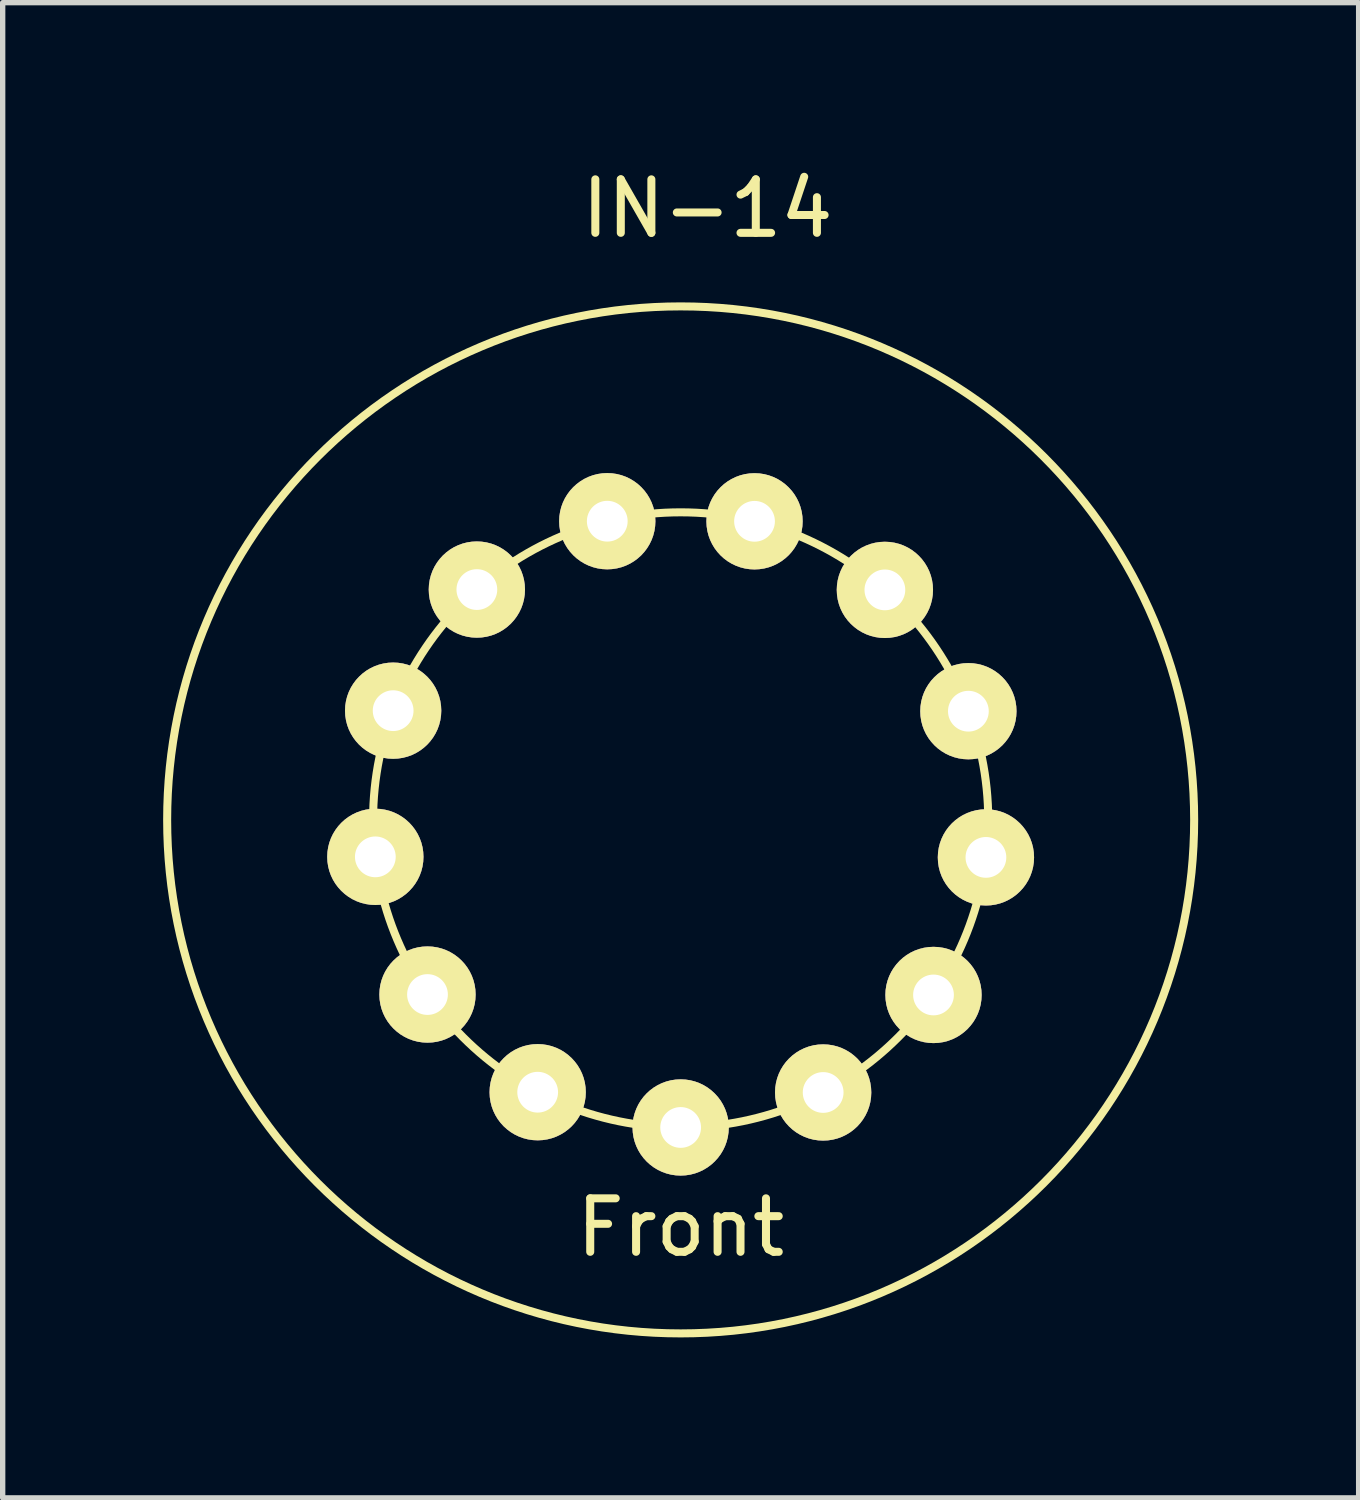
<source format=kicad_pcb>
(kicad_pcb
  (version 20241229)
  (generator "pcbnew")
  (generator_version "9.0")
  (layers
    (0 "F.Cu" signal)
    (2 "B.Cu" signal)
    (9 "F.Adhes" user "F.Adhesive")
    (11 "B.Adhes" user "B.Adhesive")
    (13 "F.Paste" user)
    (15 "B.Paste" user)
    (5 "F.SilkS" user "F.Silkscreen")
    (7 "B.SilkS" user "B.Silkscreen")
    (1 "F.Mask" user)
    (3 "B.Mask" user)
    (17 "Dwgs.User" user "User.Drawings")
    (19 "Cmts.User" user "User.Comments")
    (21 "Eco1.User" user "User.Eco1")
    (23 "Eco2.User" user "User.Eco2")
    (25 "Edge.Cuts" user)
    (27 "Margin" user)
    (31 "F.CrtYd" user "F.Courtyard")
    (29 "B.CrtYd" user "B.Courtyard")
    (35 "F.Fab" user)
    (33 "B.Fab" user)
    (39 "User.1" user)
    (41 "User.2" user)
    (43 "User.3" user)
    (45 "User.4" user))
  (footprint "IN-14"
    (layer "F.Cu")
    (at 9.675 12.278)
    (property "Reference" "IN-14" (at 0.5 -11.43 0) (layer "F.SilkS") (effects (font (size 1 1) (thickness 0.15))))
    (attr through_hole)
    (fp_circle (center 0 0) (end 0 9.6) (stroke (width 0.15) (type solid)) (fill no) (layer "F.SilkS"))
    (fp_circle (center 0 0) (end 5.75 0) (stroke (width 0.15) (type solid)) (fill no) (layer "F.SilkS"))
    (fp_text user "Front" (at 0 7.62 0) (layer "F.SilkS") (effects (font (size 1 1) (thickness 0.15))))
    (pad "1" thru_hole circle (at 0 5.75) (size 1.8 1.8) (drill 0.762) (layers "*.Cu" "*.Mask" "F.SilkS"))
    (pad "2" thru_hole circle (at -2.673 5.091) (size 1.8 1.8) (drill 0.762) (layers "*.Cu" "*.Mask" "F.SilkS"))
    (pad "3" thru_hole circle (at -4.733 3.265) (size 1.8 1.8) (drill 0.762) (layers "*.Cu" "*.Mask" "F.SilkS"))
    (pad "4" thru_hole circle (at -5.708 0.691) (size 1.8 1.8) (drill 0.762) (layers "*.Cu" "*.Mask" "F.SilkS"))
    (pad "5" thru_hole circle (at -5.375 -2.042) (size 1.8 1.8) (drill 0.762) (layers "*.Cu" "*.Mask" "F.SilkS"))
    (pad "6" thru_hole circle (at -3.81 -4.306) (size 1.8 1.8) (drill 0.762) (layers "*.Cu" "*.Mask" "F.SilkS"))
    (pad "7" thru_hole circle (at -1.372 -5.584) (size 1.8 1.8) (drill 0.762) (layers "*.Cu" "*.Mask" "F.SilkS"))
    (pad "8" thru_hole circle (at 1.381 -5.582) (size 1.8 1.8) (drill 0.762) (layers "*.Cu" "*.Mask" "F.SilkS"))
    (pad "9" thru_hole circle (at 3.818 -4.3) (size 1.8 1.8) (drill 0.762) (layers "*.Cu" "*.Mask" "F.SilkS"))
    (pad "10" thru_hole circle (at 5.379 -2.032) (size 1.8 1.8) (drill 0.762) (layers "*.Cu" "*.Mask" "F.SilkS"))
    (pad "11" thru_hole circle (at 5.707 0.701) (size 1.8 1.8) (drill 0.762) (layers "*.Cu" "*.Mask" "F.SilkS"))
    (pad "12" thru_hole circle (at 4.727 3.273) (size 1.8 1.8) (drill 0.762) (layers "*.Cu" "*.Mask" "F.SilkS"))
    (pad "13" thru_hole circle (at 2.664 5.096) (size 1.8 1.8) (drill 0.762) (layers "*.Cu" "*.Mask" "F.SilkS")))
  (gr_rect
    (start -3 -3)
    (end 22.35 24.953)
    (stroke (width 0.1) (type default))
    (fill no)
    (layer "Edge.Cuts")))
</source>
